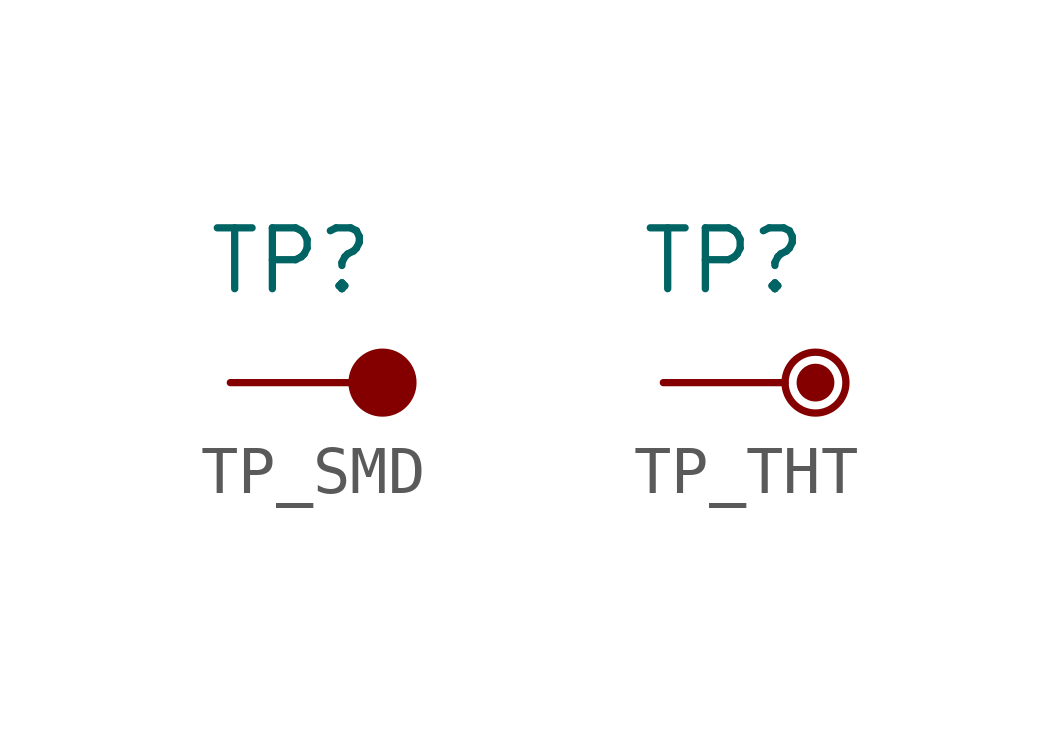
<source format=kicad_sym>
(kicad_symbol_lib
  (version 20211014)
  (generator kicad_symbol_editor)
  (symbol "TP_SMD"
    (property "Reference" "TP"
      (at 1.27 2.54 0)
      (effects (font (size 1.27 1.27))))
    (symbol "TP_SMD_0_1"
      (circle (center 3.175 0) (radius 0.635) (stroke (width 0) (type default) (color 0 0 0 0)) (fill (type outline))))
    (symbol "TP_SMD_1_1"
      (pin input line (at 0 0 0) (length 2.54) (name "" (effects (font (size 0 0)))) (number "1" (effects (font (size 0 0)))))))
  (symbol "TP_THT"
    (property "Reference" "TP"
      (at 1.27 2.54 0)
      (effects (font (size 1.27 1.27))))
    (symbol "TP_THT_0_1"
      (circle (center 3.175 0) (radius 0.318) (stroke (width 0) (type default) (color 0 0 0 0)) (fill (type outline)))
      (circle (center 3.175 0) (radius 0.635) (stroke (width 0) (type default) (color 0 0 0 0)) (fill (type none))))
    (symbol "TP_THT_1_1"
      (pin input line (at 0 0 0) (length 2.54) (name "" (effects (font (size 0 0)))) (number "1" (effects (font (size 0 0))))))))
</source>
